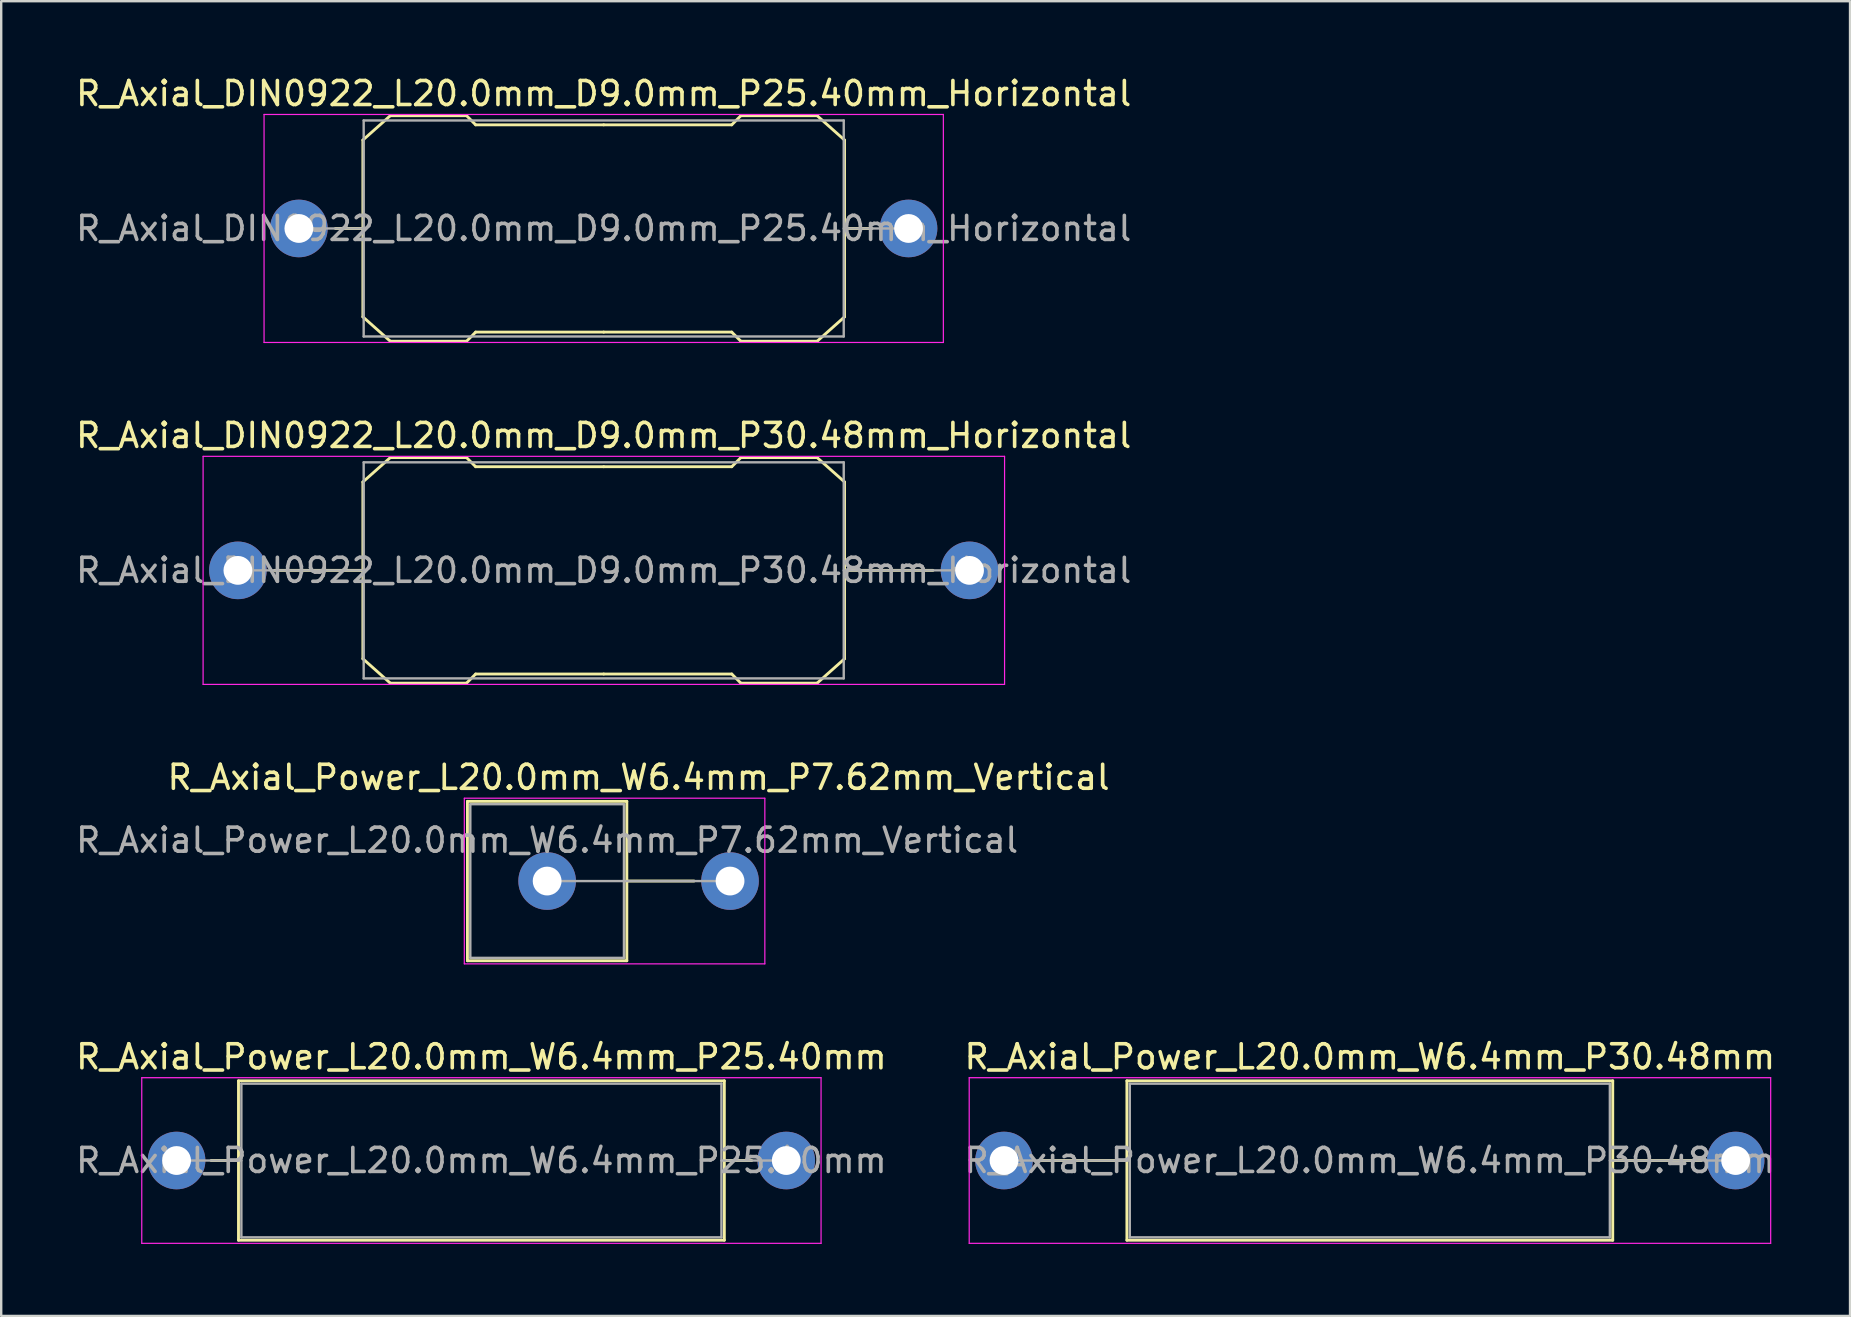
<source format=kicad_pcb>
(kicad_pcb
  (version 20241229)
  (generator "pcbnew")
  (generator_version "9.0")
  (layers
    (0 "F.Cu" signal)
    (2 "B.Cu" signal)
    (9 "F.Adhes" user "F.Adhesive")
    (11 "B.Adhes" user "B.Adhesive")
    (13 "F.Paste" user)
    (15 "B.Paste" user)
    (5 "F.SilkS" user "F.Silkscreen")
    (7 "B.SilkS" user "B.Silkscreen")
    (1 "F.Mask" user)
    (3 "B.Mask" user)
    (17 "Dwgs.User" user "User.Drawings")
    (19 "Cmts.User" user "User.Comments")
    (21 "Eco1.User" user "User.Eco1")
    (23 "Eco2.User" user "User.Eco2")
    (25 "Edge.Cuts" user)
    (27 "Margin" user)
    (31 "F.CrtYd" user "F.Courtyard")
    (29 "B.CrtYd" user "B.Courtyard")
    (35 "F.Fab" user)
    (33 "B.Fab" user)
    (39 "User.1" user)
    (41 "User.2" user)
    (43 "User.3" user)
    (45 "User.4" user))
  (footprint "R_Axial_DIN0922_L20.0mm_D9.0mm_P25.40mm_Horizontal"
    (layer "F.Cu")
    (at 9.401 6.468)
    (property "Reference" "R_Axial_DIN0922_L20.0mm_D9.0mm_P25.40mm_Horizontal" (at 12.7 -5.62 0) (layer "F.SilkS") (effects (font (size 1 1) (thickness 0.15))))
    (attr through_hole)
    (fp_line (start 2.667 -3.683) (end 2.667 3.683) (stroke (width 0.12) (type solid)) (layer "F.SilkS"))
    (fp_line (start 2.667 -3.683) (end 3.81 -4.699) (stroke (width 0.12) (type solid)) (layer "F.SilkS"))
    (fp_line (start 2.667 0) (end 1.524 0) (stroke (width 0.12) (type solid)) (layer "F.SilkS"))
    (fp_line (start 2.667 3.683) (end 3.81 4.699) (stroke (width 0.12) (type solid)) (layer "F.SilkS"))
    (fp_line (start 3.81 -4.699) (end 6.985 -4.699) (stroke (width 0.12) (type solid)) (layer "F.SilkS"))
    (fp_line (start 3.81 4.699) (end 6.985 4.699) (stroke (width 0.12) (type solid)) (layer "F.SilkS"))
    (fp_line (start 6.985 -4.699) (end 7.366 -4.318) (stroke (width 0.12) (type solid)) (layer "F.SilkS"))
    (fp_line (start 6.985 4.699) (end 7.366 4.318) (stroke (width 0.12) (type solid)) (layer "F.SilkS"))
    (fp_line (start 7.366 -4.318) (end 12.7 -4.318) (stroke (width 0.12) (type solid)) (layer "F.SilkS"))
    (fp_line (start 7.366 4.318) (end 12.7 4.318) (stroke (width 0.12) (type solid)) (layer "F.SilkS"))
    (fp_line (start 18.034 -4.318) (end 12.7 -4.318) (stroke (width 0.12) (type solid)) (layer "F.SilkS"))
    (fp_line (start 18.034 4.318) (end 12.7 4.318) (stroke (width 0.12) (type solid)) (layer "F.SilkS"))
    (fp_line (start 18.415 -4.699) (end 18.034 -4.318) (stroke (width 0.12) (type solid)) (layer "F.SilkS"))
    (fp_line (start 18.415 4.699) (end 18.034 4.318) (stroke (width 0.12) (type solid)) (layer "F.SilkS"))
    (fp_line (start 21.59 -4.699) (end 18.415 -4.699) (stroke (width 0.12) (type solid)) (layer "F.SilkS"))
    (fp_line (start 21.59 4.699) (end 18.415 4.699) (stroke (width 0.12) (type solid)) (layer "F.SilkS"))
    (fp_line (start 22.733 -3.683) (end 21.59 -4.699) (stroke (width 0.12) (type solid)) (layer "F.SilkS"))
    (fp_line (start 22.733 -3.683) (end 22.733 3.683) (stroke (width 0.12) (type solid)) (layer "F.SilkS"))
    (fp_line (start 22.733 0) (end 23.876 0) (stroke (width 0.12) (type solid)) (layer "F.SilkS"))
    (fp_line (start 22.733 3.683) (end 21.59 4.699) (stroke (width 0.12) (type solid)) (layer "F.SilkS"))
    (fp_line (start -1.45 -4.75) (end -1.45 4.75) (stroke (width 0.05) (type solid)) (layer "F.CrtYd"))
    (fp_line (start -1.45 4.75) (end 26.85 4.75) (stroke (width 0.05) (type solid)) (layer "F.CrtYd"))
    (fp_line (start 26.85 -4.75) (end -1.45 -4.75) (stroke (width 0.05) (type solid)) (layer "F.CrtYd"))
    (fp_line (start 26.85 4.75) (end 26.85 -4.75) (stroke (width 0.05) (type solid)) (layer "F.CrtYd"))
    (fp_line (start 0 0) (end 2.7 0) (stroke (width 0.1) (type solid)) (layer "F.Fab"))
    (fp_line (start 2.7 -4.5) (end 2.7 4.5) (stroke (width 0.1) (type solid)) (layer "F.Fab"))
    (fp_line (start 2.7 4.5) (end 22.7 4.5) (stroke (width 0.1) (type solid)) (layer "F.Fab"))
    (fp_line (start 22.7 -4.5) (end 2.7 -4.5) (stroke (width 0.1) (type solid)) (layer "F.Fab"))
    (fp_line (start 22.7 4.5) (end 22.7 -4.5) (stroke (width 0.1) (type solid)) (layer "F.Fab"))
    (fp_line (start 25.4 0) (end 22.7 0) (stroke (width 0.1) (type solid)) (layer "F.Fab"))
    (fp_text user "${REFERENCE}" (at 12.7 0 0) (layer "F.Fab") (effects (font (size 1 1) (thickness 0.15))))
    (pad "1" thru_hole circle (at 0 0) (size 2.4 2.4) (drill 1.2) (layers "*.Cu" "*.Mask"))
    (pad "2" thru_hole oval (at 25.4 0) (size 2.4 2.4) (drill 1.2) (layers "*.Cu" "*.Mask")))
  (footprint "R_Axial_Power_L20.0mm_W6.4mm_P7.62mm_Vertical"
    (layer "F.Cu")
    (at 19.744 33.655)
    (property "Reference" "R_Axial_Power_L20.0mm_W6.4mm_P7.62mm_Vertical" (at 3.81 -4.32 0) (layer "F.SilkS") (effects (font (size 1 1) (thickness 0.15))))
    (attr through_hole)
    (fp_line (start -3.32 -3.32) (end -3.32 3.32) (stroke (width 0.12) (type solid)) (layer "F.SilkS"))
    (fp_line (start -3.32 3.32) (end 3.32 3.32) (stroke (width 0.12) (type solid)) (layer "F.SilkS"))
    (fp_line (start 3.32 -3.32) (end -3.32 -3.32) (stroke (width 0.12) (type solid)) (layer "F.SilkS"))
    (fp_line (start 3.32 0) (end 6.12 0) (stroke (width 0.12) (type solid)) (layer "F.SilkS"))
    (fp_line (start 3.32 3.32) (end 3.32 -3.32) (stroke (width 0.12) (type solid)) (layer "F.SilkS"))
    (fp_line (start -3.45 -3.45) (end -3.45 3.45) (stroke (width 0.05) (type solid)) (layer "F.CrtYd"))
    (fp_line (start -3.45 3.45) (end 9.07 3.45) (stroke (width 0.05) (type solid)) (layer "F.CrtYd"))
    (fp_line (start 9.07 -3.45) (end -3.45 -3.45) (stroke (width 0.05) (type solid)) (layer "F.CrtYd"))
    (fp_line (start 9.07 3.45) (end 9.07 -3.45) (stroke (width 0.05) (type solid)) (layer "F.CrtYd"))
    (fp_line (start -3.2 -3.2) (end -3.2 3.2) (stroke (width 0.1) (type solid)) (layer "F.Fab"))
    (fp_line (start -3.2 3.2) (end 3.2 3.2) (stroke (width 0.1) (type solid)) (layer "F.Fab"))
    (fp_line (start 0 0) (end 7.62 0) (stroke (width 0.1) (type solid)) (layer "F.Fab"))
    (fp_line (start 3.2 -3.2) (end -3.2 -3.2) (stroke (width 0.1) (type solid)) (layer "F.Fab"))
    (fp_line (start 3.2 3.2) (end 3.2 -3.2) (stroke (width 0.1) (type solid)) (layer "F.Fab"))
    (fp_text user "${REFERENCE}" (at 0 -1.7 0) (layer "F.Fab") (effects (font (size 1 1) (thickness 0.15))))
    (pad "1" thru_hole circle (at 0 0) (size 2.4 2.4) (drill 1.2) (layers "*.Cu" "*.Mask"))
    (pad "2" thru_hole oval (at 7.62 0) (size 2.4 2.4) (drill 1.2) (layers "*.Cu" "*.Mask")))
  (footprint "R_Axial_DIN0922_L20.0mm_D9.0mm_P30.48mm_Horizontal"
    (layer "F.Cu")
    (at 6.861 20.712)
    (property "Reference" "R_Axial_DIN0922_L20.0mm_D9.0mm_P30.48mm_Horizontal" (at 15.24 -5.62 0) (layer "F.SilkS") (effects (font (size 1 1) (thickness 0.15))))
    (attr through_hole)
    (fp_line (start 5.207 -3.683) (end 5.207 3.683) (stroke (width 0.12) (type solid)) (layer "F.SilkS"))
    (fp_line (start 5.207 -3.683) (end 6.35 -4.699) (stroke (width 0.12) (type solid)) (layer "F.SilkS"))
    (fp_line (start 5.207 0) (end 1.524 0) (stroke (width 0.12) (type solid)) (layer "F.SilkS"))
    (fp_line (start 5.207 3.683) (end 6.35 4.699) (stroke (width 0.12) (type solid)) (layer "F.SilkS"))
    (fp_line (start 6.35 -4.699) (end 9.525 -4.699) (stroke (width 0.12) (type solid)) (layer "F.SilkS"))
    (fp_line (start 6.35 4.699) (end 9.525 4.699) (stroke (width 0.12) (type solid)) (layer "F.SilkS"))
    (fp_line (start 9.525 -4.699) (end 9.906 -4.318) (stroke (width 0.12) (type solid)) (layer "F.SilkS"))
    (fp_line (start 9.525 4.699) (end 9.906 4.318) (stroke (width 0.12) (type solid)) (layer "F.SilkS"))
    (fp_line (start 9.906 -4.318) (end 15.24 -4.318) (stroke (width 0.12) (type solid)) (layer "F.SilkS"))
    (fp_line (start 9.906 4.318) (end 15.24 4.318) (stroke (width 0.12) (type solid)) (layer "F.SilkS"))
    (fp_line (start 20.574 -4.318) (end 15.24 -4.318) (stroke (width 0.12) (type solid)) (layer "F.SilkS"))
    (fp_line (start 20.574 4.318) (end 15.24 4.318) (stroke (width 0.12) (type solid)) (layer "F.SilkS"))
    (fp_line (start 20.955 -4.699) (end 20.574 -4.318) (stroke (width 0.12) (type solid)) (layer "F.SilkS"))
    (fp_line (start 20.955 4.699) (end 20.574 4.318) (stroke (width 0.12) (type solid)) (layer "F.SilkS"))
    (fp_line (start 24.13 -4.699) (end 20.955 -4.699) (stroke (width 0.12) (type solid)) (layer "F.SilkS"))
    (fp_line (start 24.13 4.699) (end 20.955 4.699) (stroke (width 0.12) (type solid)) (layer "F.SilkS"))
    (fp_line (start 25.273 -3.683) (end 24.13 -4.699) (stroke (width 0.12) (type solid)) (layer "F.SilkS"))
    (fp_line (start 25.273 -3.683) (end 25.273 3.683) (stroke (width 0.12) (type solid)) (layer "F.SilkS"))
    (fp_line (start 25.273 0) (end 28.956 0) (stroke (width 0.12) (type solid)) (layer "F.SilkS"))
    (fp_line (start 25.273 3.683) (end 24.13 4.699) (stroke (width 0.12) (type solid)) (layer "F.SilkS"))
    (fp_line (start -1.45 -4.75) (end -1.45 4.75) (stroke (width 0.05) (type solid)) (layer "F.CrtYd"))
    (fp_line (start -1.45 4.75) (end 31.94 4.75) (stroke (width 0.05) (type solid)) (layer "F.CrtYd"))
    (fp_line (start 31.94 -4.75) (end -1.45 -4.75) (stroke (width 0.05) (type solid)) (layer "F.CrtYd"))
    (fp_line (start 31.94 4.75) (end 31.94 -4.75) (stroke (width 0.05) (type solid)) (layer "F.CrtYd"))
    (fp_line (start 0 0) (end 5.24 0) (stroke (width 0.1) (type solid)) (layer "F.Fab"))
    (fp_line (start 5.24 -4.5) (end 5.24 4.5) (stroke (width 0.1) (type solid)) (layer "F.Fab"))
    (fp_line (start 5.24 4.5) (end 25.24 4.5) (stroke (width 0.1) (type solid)) (layer "F.Fab"))
    (fp_line (start 25.24 -4.5) (end 5.24 -4.5) (stroke (width 0.1) (type solid)) (layer "F.Fab"))
    (fp_line (start 25.24 4.5) (end 25.24 -4.5) (stroke (width 0.1) (type solid)) (layer "F.Fab"))
    (fp_line (start 30.48 0) (end 25.24 0) (stroke (width 0.1) (type solid)) (layer "F.Fab"))
    (fp_text user "${REFERENCE}" (at 15.24 0 0) (layer "F.Fab") (effects (font (size 1 1) (thickness 0.15))))
    (pad "1" thru_hole circle (at 0 0) (size 2.4 2.4) (drill 1.2) (layers "*.Cu" "*.Mask"))
    (pad "2" thru_hole oval (at 30.48 0) (size 2.4 2.4) (drill 1.2) (layers "*.Cu" "*.Mask")))
  (footprint "R_Axial_Power_L20.0mm_W6.4mm_P25.40mm"
    (layer "F.Cu")
    (at 4.306 45.298)
    (property "Reference" "R_Axial_Power_L20.0mm_W6.4mm_P25.40mm" (at 12.7 -4.32 0) (layer "F.SilkS") (effects (font (size 1 1) (thickness 0.15))))
    (attr through_hole)
    (fp_line (start 1.44 0) (end 2.58 0) (stroke (width 0.12) (type solid)) (layer "F.SilkS"))
    (fp_line (start 2.58 -3.32) (end 2.58 3.32) (stroke (width 0.12) (type solid)) (layer "F.SilkS"))
    (fp_line (start 2.58 3.32) (end 22.82 3.32) (stroke (width 0.12) (type solid)) (layer "F.SilkS"))
    (fp_line (start 22.82 -3.32) (end 2.58 -3.32) (stroke (width 0.12) (type solid)) (layer "F.SilkS"))
    (fp_line (start 22.82 3.32) (end 22.82 -3.32) (stroke (width 0.12) (type solid)) (layer "F.SilkS"))
    (fp_line (start 23.96 0) (end 22.82 0) (stroke (width 0.12) (type solid)) (layer "F.SilkS"))
    (fp_line (start -1.45 -3.45) (end -1.45 3.45) (stroke (width 0.05) (type solid)) (layer "F.CrtYd"))
    (fp_line (start -1.45 3.45) (end 26.85 3.45) (stroke (width 0.05) (type solid)) (layer "F.CrtYd"))
    (fp_line (start 26.85 -3.45) (end -1.45 -3.45) (stroke (width 0.05) (type solid)) (layer "F.CrtYd"))
    (fp_line (start 26.85 3.45) (end 26.85 -3.45) (stroke (width 0.05) (type solid)) (layer "F.CrtYd"))
    (fp_line (start 0 0) (end 2.7 0) (stroke (width 0.1) (type solid)) (layer "F.Fab"))
    (fp_line (start 2.7 -3.2) (end 2.7 3.2) (stroke (width 0.1) (type solid)) (layer "F.Fab"))
    (fp_line (start 2.7 3.2) (end 22.7 3.2) (stroke (width 0.1) (type solid)) (layer "F.Fab"))
    (fp_line (start 22.7 -3.2) (end 2.7 -3.2) (stroke (width 0.1) (type solid)) (layer "F.Fab"))
    (fp_line (start 22.7 3.2) (end 22.7 -3.2) (stroke (width 0.1) (type solid)) (layer "F.Fab"))
    (fp_line (start 25.4 0) (end 22.7 0) (stroke (width 0.1) (type solid)) (layer "F.Fab"))
    (fp_text user "${REFERENCE}" (at 12.7 0 0) (layer "F.Fab") (effects (font (size 1 1) (thickness 0.15))))
    (pad "1" thru_hole circle (at 0 0) (size 2.4 2.4) (drill 1.2) (layers "*.Cu" "*.Mask"))
    (pad "2" thru_hole oval (at 25.4 0) (size 2.4 2.4) (drill 1.2) (layers "*.Cu" "*.Mask")))
  (footprint "R_Axial_Power_L20.0mm_W6.4mm_P30.48mm"
    (layer "F.Cu")
    (at 38.778 45.298)
    (property "Reference" "R_Axial_Power_L20.0mm_W6.4mm_P30.48mm" (at 15.24 -4.32 0) (layer "F.SilkS") (effects (font (size 1 1) (thickness 0.15))))
    (attr through_hole)
    (fp_line (start 1.44 0) (end 5.12 0) (stroke (width 0.12) (type solid)) (layer "F.SilkS"))
    (fp_line (start 5.12 -3.32) (end 5.12 3.32) (stroke (width 0.12) (type solid)) (layer "F.SilkS"))
    (fp_line (start 5.12 3.32) (end 25.36 3.32) (stroke (width 0.12) (type solid)) (layer "F.SilkS"))
    (fp_line (start 25.36 -3.32) (end 5.12 -3.32) (stroke (width 0.12) (type solid)) (layer "F.SilkS"))
    (fp_line (start 25.36 3.32) (end 25.36 -3.32) (stroke (width 0.12) (type solid)) (layer "F.SilkS"))
    (fp_line (start 29.04 0) (end 25.36 0) (stroke (width 0.12) (type solid)) (layer "F.SilkS"))
    (fp_line (start -1.45 -3.45) (end -1.45 3.45) (stroke (width 0.05) (type solid)) (layer "F.CrtYd"))
    (fp_line (start -1.45 3.45) (end 31.94 3.45) (stroke (width 0.05) (type solid)) (layer "F.CrtYd"))
    (fp_line (start 31.94 -3.45) (end -1.45 -3.45) (stroke (width 0.05) (type solid)) (layer "F.CrtYd"))
    (fp_line (start 31.94 3.45) (end 31.94 -3.45) (stroke (width 0.05) (type solid)) (layer "F.CrtYd"))
    (fp_line (start 0 0) (end 5.24 0) (stroke (width 0.1) (type solid)) (layer "F.Fab"))
    (fp_line (start 5.24 -3.2) (end 5.24 3.2) (stroke (width 0.1) (type solid)) (layer "F.Fab"))
    (fp_line (start 5.24 3.2) (end 25.24 3.2) (stroke (width 0.1) (type solid)) (layer "F.Fab"))
    (fp_line (start 25.24 -3.2) (end 5.24 -3.2) (stroke (width 0.1) (type solid)) (layer "F.Fab"))
    (fp_line (start 25.24 3.2) (end 25.24 -3.2) (stroke (width 0.1) (type solid)) (layer "F.Fab"))
    (fp_line (start 30.48 0) (end 25.24 0) (stroke (width 0.1) (type solid)) (layer "F.Fab"))
    (fp_text user "${REFERENCE}" (at 15.24 0 0) (layer "F.Fab") (effects (font (size 1 1) (thickness 0.15))))
    (pad "1" thru_hole circle (at 0 0) (size 2.4 2.4) (drill 1.2) (layers "*.Cu" "*.Mask"))
    (pad "2" thru_hole oval (at 30.48 0) (size 2.4 2.4) (drill 1.2) (layers "*.Cu" "*.Mask")))
  (gr_rect
    (start -3 -3)
    (end 74.024 51.773)
    (stroke (width 0.1) (type default))
    (fill no)
    (layer "Edge.Cuts")))
</source>
